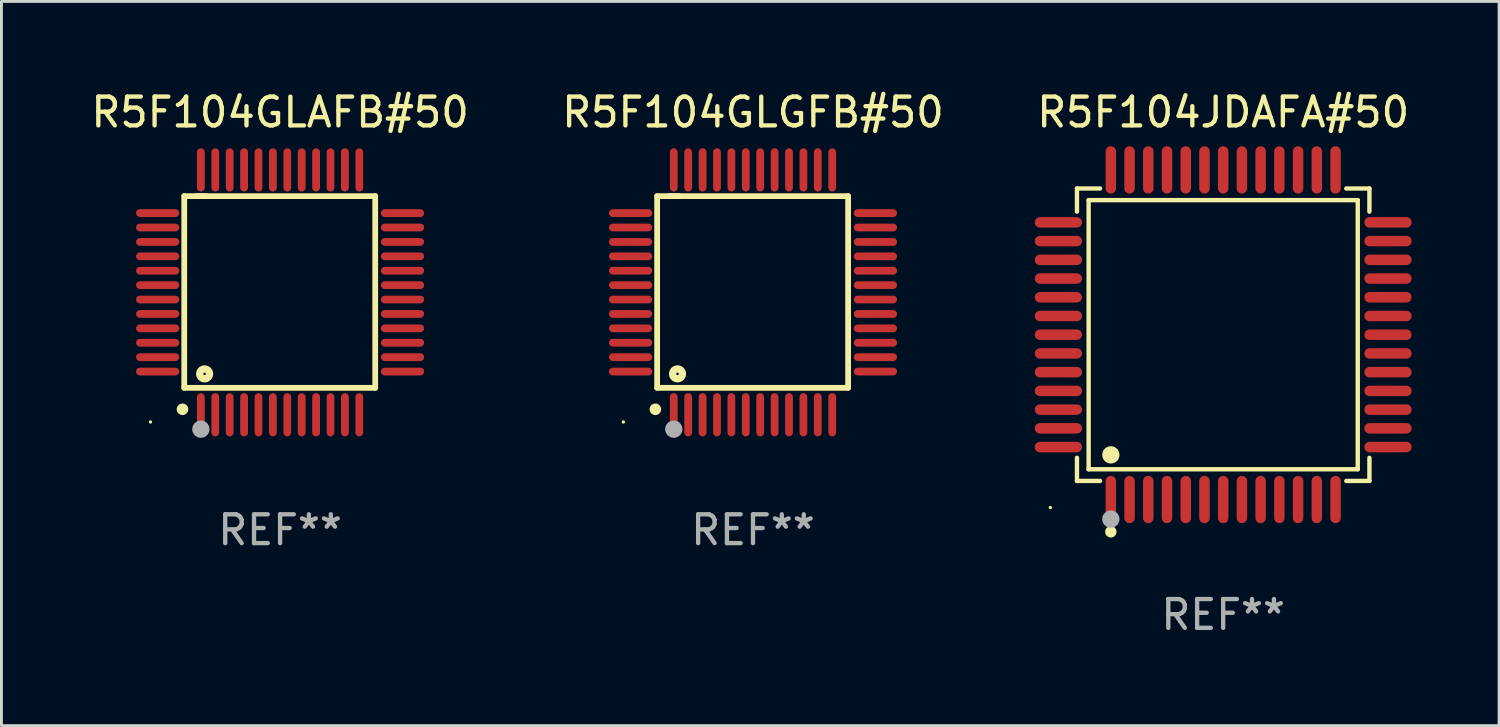
<source format=kicad_pcb>
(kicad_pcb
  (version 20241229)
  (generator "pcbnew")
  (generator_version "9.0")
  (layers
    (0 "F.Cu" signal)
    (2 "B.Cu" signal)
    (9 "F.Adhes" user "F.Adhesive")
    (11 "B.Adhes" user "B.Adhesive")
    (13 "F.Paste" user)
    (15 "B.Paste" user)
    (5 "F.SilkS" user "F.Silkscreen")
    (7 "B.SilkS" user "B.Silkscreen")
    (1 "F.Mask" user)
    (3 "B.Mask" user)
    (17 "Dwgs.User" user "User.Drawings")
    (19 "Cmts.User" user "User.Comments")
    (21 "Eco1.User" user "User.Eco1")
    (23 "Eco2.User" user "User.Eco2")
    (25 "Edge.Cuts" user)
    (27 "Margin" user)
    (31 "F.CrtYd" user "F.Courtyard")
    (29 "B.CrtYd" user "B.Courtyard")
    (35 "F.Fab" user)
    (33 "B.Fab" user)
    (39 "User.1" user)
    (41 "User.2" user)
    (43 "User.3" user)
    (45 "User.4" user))
  (footprint "R5F104GLAFB#50"
    (layer "F.Cu")
    (at 6.673 7.098)
    (property "Reference" "R5F104GLAFB#50" (at 0 -6.25 0) (layer "F.SilkS") (effects (font (size 1 1) (thickness 0.15))))
    (attr through_hole)
    (fp_line (start -3.327 -3.34) (end -2.565 -3.34) (stroke (width 0.2) (type solid)) (layer "F.SilkS"))
    (fp_line (start -3.327 3.315) (end -3.327 -3.34) (stroke (width 0.2) (type solid)) (layer "F.SilkS"))
    (fp_line (start -2.896 -3.34) (end 3.302 -3.34) (stroke (width 0.2) (type solid)) (layer "F.SilkS"))
    (fp_line (start 3.302 -3.34) (end 3.302 3.315) (stroke (width 0.2) (type solid)) (layer "F.SilkS"))
    (fp_line (start 3.302 3.315) (end -3.327 3.315) (stroke (width 0.2) (type solid)) (layer "F.SilkS"))
    (fp_arc (start -3.389992 4.059995) (mid -3.388722 4.059991) (end -3.387452 4.059995) (stroke (width 0.4) (type solid)) (layer "F.SilkS"))
    (fp_circle (center -4.5 4.5) (end -4.47 4.5) (stroke (width 0.06) (type solid)) (fill no) (layer "F.SilkS"))
    (fp_circle (center -2.62 2.83) (end -2.45 2.83) (stroke (width 0.254) (type solid)) (fill no) (layer "F.SilkS"))
    (fp_circle (center -2.75 4.75) (end -2.6 4.75) (stroke (width 0.3) (type solid)) (fill no) (layer "F.Fab"))
    (fp_text user "REF**" (at 0 8.25 0) (layer "F.Fab") (effects (font (size 1 1) (thickness 0.15))))
    (pad "1" smd oval (at -2.75 4.25) (size 0.27 1.5) (layers "F.Cu" "F.Mask" "F.Paste"))
    (pad "2" smd oval (at -2.25 4.25) (size 0.27 1.5) (layers "F.Cu" "F.Mask" "F.Paste"))
    (pad "3" smd oval (at -1.75 4.25) (size 0.27 1.5) (layers "F.Cu" "F.Mask" "F.Paste"))
    (pad "4" smd oval (at -1.25 4.25) (size 0.27 1.5) (layers "F.Cu" "F.Mask" "F.Paste"))
    (pad "5" smd oval (at -0.75 4.25) (size 0.27 1.5) (layers "F.Cu" "F.Mask" "F.Paste"))
    (pad "6" smd oval (at -0.25 4.25) (size 0.27 1.5) (layers "F.Cu" "F.Mask" "F.Paste"))
    (pad "7" smd oval (at 0.25 4.25) (size 0.27 1.5) (layers "F.Cu" "F.Mask" "F.Paste"))
    (pad "8" smd oval (at 0.75 4.25) (size 0.27 1.5) (layers "F.Cu" "F.Mask" "F.Paste"))
    (pad "9" smd oval (at 1.25 4.25) (size 0.27 1.5) (layers "F.Cu" "F.Mask" "F.Paste"))
    (pad "10" smd oval (at 1.75 4.25) (size 0.27 1.5) (layers "F.Cu" "F.Mask" "F.Paste"))
    (pad "11" smd oval (at 2.25 4.25) (size 0.27 1.5) (layers "F.Cu" "F.Mask" "F.Paste"))
    (pad "12" smd oval (at 2.75 4.25) (size 0.27 1.5) (layers "F.Cu" "F.Mask" "F.Paste"))
    (pad "13" smd oval (at 4.25 2.75) (size 1.5 0.27) (layers "F.Cu" "F.Mask" "F.Paste"))
    (pad "14" smd oval (at 4.25 2.25) (size 1.5 0.27) (layers "F.Cu" "F.Mask" "F.Paste"))
    (pad "15" smd oval (at 4.25 1.75) (size 1.5 0.27) (layers "F.Cu" "F.Mask" "F.Paste"))
    (pad "16" smd oval (at 4.25 1.25) (size 1.5 0.27) (layers "F.Cu" "F.Mask" "F.Paste"))
    (pad "17" smd oval (at 4.25 0.75) (size 1.5 0.27) (layers "F.Cu" "F.Mask" "F.Paste"))
    (pad "18" smd oval (at 4.25 0.25) (size 1.5 0.27) (layers "F.Cu" "F.Mask" "F.Paste"))
    (pad "19" smd oval (at 4.25 -0.25) (size 1.5 0.27) (layers "F.Cu" "F.Mask" "F.Paste"))
    (pad "20" smd oval (at 4.25 -0.75) (size 1.5 0.27) (layers "F.Cu" "F.Mask" "F.Paste"))
    (pad "21" smd oval (at 4.25 -1.25) (size 1.5 0.27) (layers "F.Cu" "F.Mask" "F.Paste"))
    (pad "22" smd oval (at 4.25 -1.75) (size 1.5 0.27) (layers "F.Cu" "F.Mask" "F.Paste"))
    (pad "23" smd oval (at 4.25 -2.25) (size 1.5 0.27) (layers "F.Cu" "F.Mask" "F.Paste"))
    (pad "24" smd oval (at 4.25 -2.75) (size 1.5 0.27) (layers "F.Cu" "F.Mask" "F.Paste"))
    (pad "25" smd oval (at 2.75 -4.25) (size 0.27 1.5) (layers "F.Cu" "F.Mask" "F.Paste"))
    (pad "26" smd oval (at 2.25 -4.25) (size 0.27 1.5) (layers "F.Cu" "F.Mask" "F.Paste"))
    (pad "27" smd oval (at 1.75 -4.25) (size 0.27 1.5) (layers "F.Cu" "F.Mask" "F.Paste"))
    (pad "28" smd oval (at 1.25 -4.25) (size 0.27 1.5) (layers "F.Cu" "F.Mask" "F.Paste"))
    (pad "29" smd oval (at 0.75 -4.25) (size 0.27 1.5) (layers "F.Cu" "F.Mask" "F.Paste"))
    (pad "30" smd oval (at 0.25 -4.25) (size 0.27 1.5) (layers "F.Cu" "F.Mask" "F.Paste"))
    (pad "31" smd oval (at -0.25 -4.25) (size 0.27 1.5) (layers "F.Cu" "F.Mask" "F.Paste"))
    (pad "32" smd oval (at -0.75 -4.25) (size 0.27 1.5) (layers "F.Cu" "F.Mask" "F.Paste"))
    (pad "33" smd oval (at -1.25 -4.25) (size 0.27 1.5) (layers "F.Cu" "F.Mask" "F.Paste"))
    (pad "34" smd oval (at -1.75 -4.25) (size 0.27 1.5) (layers "F.Cu" "F.Mask" "F.Paste"))
    (pad "35" smd oval (at -2.25 -4.25) (size 0.27 1.5) (layers "F.Cu" "F.Mask" "F.Paste"))
    (pad "36" smd oval (at -2.75 -4.25) (size 0.27 1.5) (layers "F.Cu" "F.Mask" "F.Paste"))
    (pad "37" smd oval (at -4.25 -2.75) (size 1.5 0.27) (layers "F.Cu" "F.Mask" "F.Paste"))
    (pad "38" smd oval (at -4.25 -2.25) (size 1.5 0.27) (layers "F.Cu" "F.Mask" "F.Paste"))
    (pad "39" smd oval (at -4.25 -1.75) (size 1.5 0.27) (layers "F.Cu" "F.Mask" "F.Paste"))
    (pad "40" smd oval (at -4.25 -1.25) (size 1.5 0.27) (layers "F.Cu" "F.Mask" "F.Paste"))
    (pad "41" smd oval (at -4.25 -0.75) (size 1.5 0.27) (layers "F.Cu" "F.Mask" "F.Paste"))
    (pad "42" smd oval (at -4.25 -0.25) (size 1.5 0.27) (layers "F.Cu" "F.Mask" "F.Paste"))
    (pad "43" smd oval (at -4.25 0.25) (size 1.5 0.27) (layers "F.Cu" "F.Mask" "F.Paste"))
    (pad "44" smd oval (at -4.25 0.75) (size 1.5 0.27) (layers "F.Cu" "F.Mask" "F.Paste"))
    (pad "45" smd oval (at -4.25 1.25) (size 1.5 0.27) (layers "F.Cu" "F.Mask" "F.Paste"))
    (pad "46" smd oval (at -4.25 1.75) (size 1.5 0.27) (layers "F.Cu" "F.Mask" "F.Paste"))
    (pad "47" smd oval (at -4.25 2.25) (size 1.5 0.27) (layers "F.Cu" "F.Mask" "F.Paste"))
    (pad "48" smd oval (at -4.25 2.75) (size 1.5 0.27) (layers "F.Cu" "F.Mask" "F.Paste")))
  (footprint "R5F104JDAFA#50"
    (layer "F.Cu")
    (at 39.411 8.569)
    (property "Reference" "R5F104JDAFA#50" (at 0 -7.721 0) (layer "F.SilkS") (effects (font (size 1 1) (thickness 0.15))))
    (attr through_hole)
    (fp_line (start -5.076 -5.076) (end -4.273 -5.076) (stroke (width 0.152) (type solid)) (layer "F.SilkS"))
    (fp_line (start -5.076 -4.273) (end -5.076 -5.076) (stroke (width 0.152) (type solid)) (layer "F.SilkS"))
    (fp_line (start -5.076 4.273) (end -5.076 5.076) (stroke (width 0.152) (type solid)) (layer "F.SilkS"))
    (fp_line (start -5.076 5.076) (end -4.273 5.076) (stroke (width 0.152) (type solid)) (layer "F.SilkS"))
    (fp_line (start -4.671 -4.671) (end 4.671 -4.671) (stroke (width 0.152) (type solid)) (layer "F.SilkS"))
    (fp_line (start -4.671 4.671) (end -4.671 -4.671) (stroke (width 0.152) (type solid)) (layer "F.SilkS"))
    (fp_line (start 4.671 -4.671) (end 4.671 4.671) (stroke (width 0.152) (type solid)) (layer "F.SilkS"))
    (fp_line (start 4.671 4.671) (end -4.671 4.671) (stroke (width 0.152) (type solid)) (layer "F.SilkS"))
    (fp_line (start 5.076 -5.076) (end 4.273 -5.076) (stroke (width 0.152) (type solid)) (layer "F.SilkS"))
    (fp_line (start 5.076 -4.273) (end 5.076 -5.076) (stroke (width 0.152) (type solid)) (layer "F.SilkS"))
    (fp_line (start 5.076 4.273) (end 5.076 5.076) (stroke (width 0.152) (type solid)) (layer "F.SilkS"))
    (fp_line (start 5.076 5.076) (end 4.273 5.076) (stroke (width 0.152) (type solid)) (layer "F.SilkS"))
    (fp_circle (center -6 6) (end -5.97 6) (stroke (width 0.06) (type solid)) (fill no) (layer "F.SilkS"))
    (fp_circle (center -3.9 4.171) (end -3.75 4.171) (stroke (width 0.3) (type solid)) (fill no) (layer "F.SilkS"))
    (fp_circle (center -3.9 6.842) (end -3.8 6.842) (stroke (width 0.2) (type solid)) (fill no) (layer "F.SilkS"))
    (fp_circle (center -3.9 6.4) (end -3.75 6.4) (stroke (width 0.3) (type solid)) (fill no) (layer "F.Fab"))
    (fp_text user "REF**" (at 0 9.721 0) (layer "F.Fab") (effects (font (size 1 1) (thickness 0.15))))
    (pad "1" smd oval (at -3.9 5.721) (size 0.364 1.642) (layers "F.Cu" "F.Mask" "F.Paste"))
    (pad "2" smd oval (at -3.25 5.721) (size 0.364 1.642) (layers "F.Cu" "F.Mask" "F.Paste"))
    (pad "3" smd oval (at -2.6 5.721) (size 0.364 1.642) (layers "F.Cu" "F.Mask" "F.Paste"))
    (pad "4" smd oval (at -1.95 5.721) (size 0.364 1.642) (layers "F.Cu" "F.Mask" "F.Paste"))
    (pad "5" smd oval (at -1.3 5.721) (size 0.364 1.642) (layers "F.Cu" "F.Mask" "F.Paste"))
    (pad "6" smd oval (at -0.65 5.721) (size 0.364 1.642) (layers "F.Cu" "F.Mask" "F.Paste"))
    (pad "7" smd oval (at 0 5.721) (size 0.364 1.642) (layers "F.Cu" "F.Mask" "F.Paste"))
    (pad "8" smd oval (at 0.65 5.721) (size 0.364 1.642) (layers "F.Cu" "F.Mask" "F.Paste"))
    (pad "9" smd oval (at 1.3 5.721) (size 0.364 1.642) (layers "F.Cu" "F.Mask" "F.Paste"))
    (pad "10" smd oval (at 1.95 5.721) (size 0.364 1.642) (layers "F.Cu" "F.Mask" "F.Paste"))
    (pad "11" smd oval (at 2.6 5.721) (size 0.364 1.642) (layers "F.Cu" "F.Mask" "F.Paste"))
    (pad "12" smd oval (at 3.25 5.721) (size 0.364 1.642) (layers "F.Cu" "F.Mask" "F.Paste"))
    (pad "13" smd oval (at 3.9 5.721) (size 0.364 1.642) (layers "F.Cu" "F.Mask" "F.Paste"))
    (pad "14" smd oval (at 5.721 3.9) (size 1.642 0.364) (layers "F.Cu" "F.Mask" "F.Paste"))
    (pad "15" smd oval (at 5.721 3.25) (size 1.642 0.364) (layers "F.Cu" "F.Mask" "F.Paste"))
    (pad "16" smd oval (at 5.721 2.6) (size 1.642 0.364) (layers "F.Cu" "F.Mask" "F.Paste"))
    (pad "17" smd oval (at 5.721 1.95) (size 1.642 0.364) (layers "F.Cu" "F.Mask" "F.Paste"))
    (pad "18" smd oval (at 5.721 1.3) (size 1.642 0.364) (layers "F.Cu" "F.Mask" "F.Paste"))
    (pad "19" smd oval (at 5.721 0.65) (size 1.642 0.364) (layers "F.Cu" "F.Mask" "F.Paste"))
    (pad "20" smd oval (at 5.721 0) (size 1.642 0.364) (layers "F.Cu" "F.Mask" "F.Paste"))
    (pad "21" smd oval (at 5.721 -0.65) (size 1.642 0.364) (layers "F.Cu" "F.Mask" "F.Paste"))
    (pad "22" smd oval (at 5.721 -1.3) (size 1.642 0.364) (layers "F.Cu" "F.Mask" "F.Paste"))
    (pad "23" smd oval (at 5.721 -1.95) (size 1.642 0.364) (layers "F.Cu" "F.Mask" "F.Paste"))
    (pad "24" smd oval (at 5.721 -2.6) (size 1.642 0.364) (layers "F.Cu" "F.Mask" "F.Paste"))
    (pad "25" smd oval (at 5.721 -3.25) (size 1.642 0.364) (layers "F.Cu" "F.Mask" "F.Paste"))
    (pad "26" smd oval (at 5.721 -3.9) (size 1.642 0.364) (layers "F.Cu" "F.Mask" "F.Paste"))
    (pad "27" smd oval (at 3.9 -5.721) (size 0.364 1.642) (layers "F.Cu" "F.Mask" "F.Paste"))
    (pad "28" smd oval (at 3.25 -5.721) (size 0.364 1.642) (layers "F.Cu" "F.Mask" "F.Paste"))
    (pad "29" smd oval (at 2.6 -5.721) (size 0.364 1.642) (layers "F.Cu" "F.Mask" "F.Paste"))
    (pad "30" smd oval (at 1.95 -5.721) (size 0.364 1.642) (layers "F.Cu" "F.Mask" "F.Paste"))
    (pad "31" smd oval (at 1.3 -5.721) (size 0.364 1.642) (layers "F.Cu" "F.Mask" "F.Paste"))
    (pad "32" smd oval (at 0.65 -5.721) (size 0.364 1.642) (layers "F.Cu" "F.Mask" "F.Paste"))
    (pad "33" smd oval (at 0 -5.721) (size 0.364 1.642) (layers "F.Cu" "F.Mask" "F.Paste"))
    (pad "34" smd oval (at -0.65 -5.721) (size 0.364 1.642) (layers "F.Cu" "F.Mask" "F.Paste"))
    (pad "35" smd oval (at -1.3 -5.721) (size 0.364 1.642) (layers "F.Cu" "F.Mask" "F.Paste"))
    (pad "36" smd oval (at -1.95 -5.721) (size 0.364 1.642) (layers "F.Cu" "F.Mask" "F.Paste"))
    (pad "37" smd oval (at -2.6 -5.721) (size 0.364 1.642) (layers "F.Cu" "F.Mask" "F.Paste"))
    (pad "38" smd oval (at -3.25 -5.721) (size 0.364 1.642) (layers "F.Cu" "F.Mask" "F.Paste"))
    (pad "39" smd oval (at -3.9 -5.721) (size 0.364 1.642) (layers "F.Cu" "F.Mask" "F.Paste"))
    (pad "40" smd oval (at -5.721 -3.9) (size 1.642 0.364) (layers "F.Cu" "F.Mask" "F.Paste"))
    (pad "41" smd oval (at -5.721 -3.25) (size 1.642 0.364) (layers "F.Cu" "F.Mask" "F.Paste"))
    (pad "42" smd oval (at -5.721 -2.6) (size 1.642 0.364) (layers "F.Cu" "F.Mask" "F.Paste"))
    (pad "43" smd oval (at -5.721 -1.95) (size 1.642 0.364) (layers "F.Cu" "F.Mask" "F.Paste"))
    (pad "44" smd oval (at -5.721 -1.3) (size 1.642 0.364) (layers "F.Cu" "F.Mask" "F.Paste"))
    (pad "45" smd oval (at -5.721 -0.65) (size 1.642 0.364) (layers "F.Cu" "F.Mask" "F.Paste"))
    (pad "46" smd oval (at -5.721 0) (size 1.642 0.364) (layers "F.Cu" "F.Mask" "F.Paste"))
    (pad "47" smd oval (at -5.721 0.65) (size 1.642 0.364) (layers "F.Cu" "F.Mask" "F.Paste"))
    (pad "48" smd oval (at -5.721 1.3) (size 1.642 0.364) (layers "F.Cu" "F.Mask" "F.Paste"))
    (pad "49" smd oval (at -5.721 1.95) (size 1.642 0.364) (layers "F.Cu" "F.Mask" "F.Paste"))
    (pad "50" smd oval (at -5.721 2.6) (size 1.642 0.364) (layers "F.Cu" "F.Mask" "F.Paste"))
    (pad "51" smd oval (at -5.721 3.25) (size 1.642 0.364) (layers "F.Cu" "F.Mask" "F.Paste"))
    (pad "52" smd oval (at -5.721 3.9) (size 1.642 0.364) (layers "F.Cu" "F.Mask" "F.Paste")))
  (footprint "R5F104GLGFB#50"
    (layer "F.Cu")
    (at 23.089 7.098)
    (property "Reference" "R5F104GLGFB#50" (at 0 -6.25 0) (layer "F.SilkS") (effects (font (size 1 1) (thickness 0.15))))
    (attr through_hole)
    (fp_line (start -3.327 -3.34) (end -2.565 -3.34) (stroke (width 0.2) (type solid)) (layer "F.SilkS"))
    (fp_line (start -3.327 3.315) (end -3.327 -3.34) (stroke (width 0.2) (type solid)) (layer "F.SilkS"))
    (fp_line (start -2.896 -3.34) (end 3.302 -3.34) (stroke (width 0.2) (type solid)) (layer "F.SilkS"))
    (fp_line (start 3.302 -3.34) (end 3.302 3.315) (stroke (width 0.2) (type solid)) (layer "F.SilkS"))
    (fp_line (start 3.302 3.315) (end -3.327 3.315) (stroke (width 0.2) (type solid)) (layer "F.SilkS"))
    (fp_arc (start -3.389992 4.059995) (mid -3.388722 4.059991) (end -3.387452 4.059995) (stroke (width 0.4) (type solid)) (layer "F.SilkS"))
    (fp_circle (center -4.5 4.5) (end -4.47 4.5) (stroke (width 0.06) (type solid)) (fill no) (layer "F.SilkS"))
    (fp_circle (center -2.62 2.83) (end -2.45 2.83) (stroke (width 0.254) (type solid)) (fill no) (layer "F.SilkS"))
    (fp_circle (center -2.75 4.75) (end -2.6 4.75) (stroke (width 0.3) (type solid)) (fill no) (layer "F.Fab"))
    (fp_text user "REF**" (at 0 8.25 0) (layer "F.Fab") (effects (font (size 1 1) (thickness 0.15))))
    (pad "1" smd oval (at -2.75 4.25) (size 0.27 1.5) (layers "F.Cu" "F.Mask" "F.Paste"))
    (pad "2" smd oval (at -2.25 4.25) (size 0.27 1.5) (layers "F.Cu" "F.Mask" "F.Paste"))
    (pad "3" smd oval (at -1.75 4.25) (size 0.27 1.5) (layers "F.Cu" "F.Mask" "F.Paste"))
    (pad "4" smd oval (at -1.25 4.25) (size 0.27 1.5) (layers "F.Cu" "F.Mask" "F.Paste"))
    (pad "5" smd oval (at -0.75 4.25) (size 0.27 1.5) (layers "F.Cu" "F.Mask" "F.Paste"))
    (pad "6" smd oval (at -0.25 4.25) (size 0.27 1.5) (layers "F.Cu" "F.Mask" "F.Paste"))
    (pad "7" smd oval (at 0.25 4.25) (size 0.27 1.5) (layers "F.Cu" "F.Mask" "F.Paste"))
    (pad "8" smd oval (at 0.75 4.25) (size 0.27 1.5) (layers "F.Cu" "F.Mask" "F.Paste"))
    (pad "9" smd oval (at 1.25 4.25) (size 0.27 1.5) (layers "F.Cu" "F.Mask" "F.Paste"))
    (pad "10" smd oval (at 1.75 4.25) (size 0.27 1.5) (layers "F.Cu" "F.Mask" "F.Paste"))
    (pad "11" smd oval (at 2.25 4.25) (size 0.27 1.5) (layers "F.Cu" "F.Mask" "F.Paste"))
    (pad "12" smd oval (at 2.75 4.25) (size 0.27 1.5) (layers "F.Cu" "F.Mask" "F.Paste"))
    (pad "13" smd oval (at 4.25 2.75) (size 1.5 0.27) (layers "F.Cu" "F.Mask" "F.Paste"))
    (pad "14" smd oval (at 4.25 2.25) (size 1.5 0.27) (layers "F.Cu" "F.Mask" "F.Paste"))
    (pad "15" smd oval (at 4.25 1.75) (size 1.5 0.27) (layers "F.Cu" "F.Mask" "F.Paste"))
    (pad "16" smd oval (at 4.25 1.25) (size 1.5 0.27) (layers "F.Cu" "F.Mask" "F.Paste"))
    (pad "17" smd oval (at 4.25 0.75) (size 1.5 0.27) (layers "F.Cu" "F.Mask" "F.Paste"))
    (pad "18" smd oval (at 4.25 0.25) (size 1.5 0.27) (layers "F.Cu" "F.Mask" "F.Paste"))
    (pad "19" smd oval (at 4.25 -0.25) (size 1.5 0.27) (layers "F.Cu" "F.Mask" "F.Paste"))
    (pad "20" smd oval (at 4.25 -0.75) (size 1.5 0.27) (layers "F.Cu" "F.Mask" "F.Paste"))
    (pad "21" smd oval (at 4.25 -1.25) (size 1.5 0.27) (layers "F.Cu" "F.Mask" "F.Paste"))
    (pad "22" smd oval (at 4.25 -1.75) (size 1.5 0.27) (layers "F.Cu" "F.Mask" "F.Paste"))
    (pad "23" smd oval (at 4.25 -2.25) (size 1.5 0.27) (layers "F.Cu" "F.Mask" "F.Paste"))
    (pad "24" smd oval (at 4.25 -2.75) (size 1.5 0.27) (layers "F.Cu" "F.Mask" "F.Paste"))
    (pad "25" smd oval (at 2.75 -4.25) (size 0.27 1.5) (layers "F.Cu" "F.Mask" "F.Paste"))
    (pad "26" smd oval (at 2.25 -4.25) (size 0.27 1.5) (layers "F.Cu" "F.Mask" "F.Paste"))
    (pad "27" smd oval (at 1.75 -4.25) (size 0.27 1.5) (layers "F.Cu" "F.Mask" "F.Paste"))
    (pad "28" smd oval (at 1.25 -4.25) (size 0.27 1.5) (layers "F.Cu" "F.Mask" "F.Paste"))
    (pad "29" smd oval (at 0.75 -4.25) (size 0.27 1.5) (layers "F.Cu" "F.Mask" "F.Paste"))
    (pad "30" smd oval (at 0.25 -4.25) (size 0.27 1.5) (layers "F.Cu" "F.Mask" "F.Paste"))
    (pad "31" smd oval (at -0.25 -4.25) (size 0.27 1.5) (layers "F.Cu" "F.Mask" "F.Paste"))
    (pad "32" smd oval (at -0.75 -4.25) (size 0.27 1.5) (layers "F.Cu" "F.Mask" "F.Paste"))
    (pad "33" smd oval (at -1.25 -4.25) (size 0.27 1.5) (layers "F.Cu" "F.Mask" "F.Paste"))
    (pad "34" smd oval (at -1.75 -4.25) (size 0.27 1.5) (layers "F.Cu" "F.Mask" "F.Paste"))
    (pad "35" smd oval (at -2.25 -4.25) (size 0.27 1.5) (layers "F.Cu" "F.Mask" "F.Paste"))
    (pad "36" smd oval (at -2.75 -4.25) (size 0.27 1.5) (layers "F.Cu" "F.Mask" "F.Paste"))
    (pad "37" smd oval (at -4.25 -2.75) (size 1.5 0.27) (layers "F.Cu" "F.Mask" "F.Paste"))
    (pad "38" smd oval (at -4.25 -2.25) (size 1.5 0.27) (layers "F.Cu" "F.Mask" "F.Paste"))
    (pad "39" smd oval (at -4.25 -1.75) (size 1.5 0.27) (layers "F.Cu" "F.Mask" "F.Paste"))
    (pad "40" smd oval (at -4.25 -1.25) (size 1.5 0.27) (layers "F.Cu" "F.Mask" "F.Paste"))
    (pad "41" smd oval (at -4.25 -0.75) (size 1.5 0.27) (layers "F.Cu" "F.Mask" "F.Paste"))
    (pad "42" smd oval (at -4.25 -0.25) (size 1.5 0.27) (layers "F.Cu" "F.Mask" "F.Paste"))
    (pad "43" smd oval (at -4.25 0.25) (size 1.5 0.27) (layers "F.Cu" "F.Mask" "F.Paste"))
    (pad "44" smd oval (at -4.25 0.75) (size 1.5 0.27) (layers "F.Cu" "F.Mask" "F.Paste"))
    (pad "45" smd oval (at -4.25 1.25) (size 1.5 0.27) (layers "F.Cu" "F.Mask" "F.Paste"))
    (pad "46" smd oval (at -4.25 1.75) (size 1.5 0.27) (layers "F.Cu" "F.Mask" "F.Paste"))
    (pad "47" smd oval (at -4.25 2.25) (size 1.5 0.27) (layers "F.Cu" "F.Mask" "F.Paste"))
    (pad "48" smd oval (at -4.25 2.75) (size 1.5 0.27) (layers "F.Cu" "F.Mask" "F.Paste")))
  (gr_rect
    (start -3 -3)
    (end 48.988 22.139)
    (stroke (width 0.1) (type default))
    (fill no)
    (layer "Edge.Cuts")))
</source>
